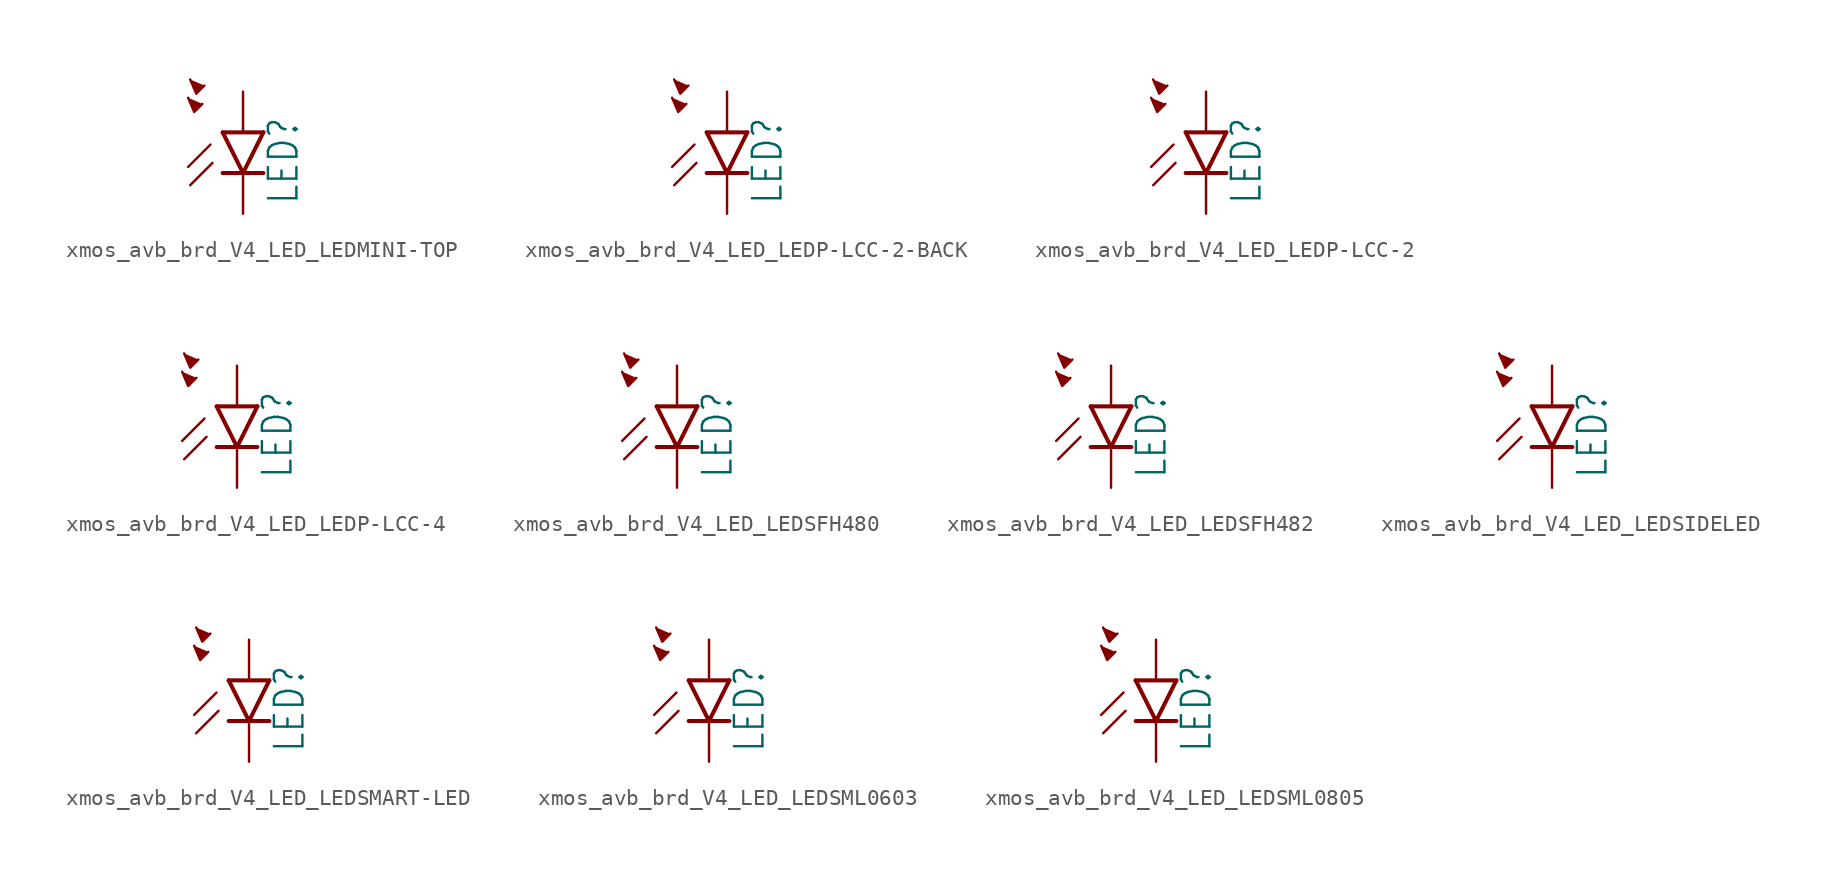
<source format=kicad_sym>
(kicad_symbol_lib
  (version 20241209)
  (generator "kicad_symbol_editor")
  (generator_version "9.0")
  (symbol "xmos_avb_brd_V4_LED_LEDMINI-TOP"
    (property "Reference" "LED"
      (at 3.556 -4.572 90)
      (effects (font (size 1.778 1.511)) (justify left bottom)))
    (property "Value" ""
      (at 5.715 -4.572 90)
      (effects (font (size 1.778 1.511)) (justify left bottom)))
    (property "ki_locked" ""
      (at 0 0 0)
      (effects (font (size 1.27 1.27))))
    (symbol "xmos_avb_brd_V4_LED_LEDMINI-TOP_1_0"
      (polyline (pts (xy -3.429 2.159) (xy -3.048 1.27) (xy -2.54 1.778)) (stroke (width 0.152) (type solid)) (fill (type outline)))
      (polyline (pts (xy -3.302 3.302) (xy -2.921 2.413) (xy -2.413 2.921)) (stroke (width 0.152) (type solid)) (fill (type outline)))
      (polyline (pts (xy -2.032 -0.762) (xy -3.429 -2.159)) (stroke (width 0.152) (type solid)) (fill (type none)))
      (polyline (pts (xy -1.905 -1.905) (xy -3.302 -3.302)) (stroke (width 0.152) (type solid)) (fill (type none)))
      (polyline (pts (xy 0 -2.54) (xy -1.27 0)) (stroke (width 0.254) (type solid)) (fill (type none)))
      (polyline (pts (xy 0 -2.54) (xy -1.27 -2.54)) (stroke (width 0.254) (type solid)) (fill (type none)))
      (polyline (pts (xy 1.27 0) (xy -1.27 0)) (stroke (width 0.254) (type solid)) (fill (type none)))
      (polyline (pts (xy 1.27 0) (xy 0 -2.54)) (stroke (width 0.254) (type solid)) (fill (type none)))
      (polyline (pts (xy 1.27 -2.54) (xy 0 -2.54)) (stroke (width 0.254) (type solid)) (fill (type none)))
      (pin passive line (at 0 2.54 270) (length 2.54) (name "A" (effects (font (size 0 0)))) (number "A" (effects (font (size 0 0)))))
      (pin passive line (at 0 -5.08 90) (length 2.54) (name "C" (effects (font (size 0 0)))) (number "C" (effects (font (size 0 0)))))))
  (symbol "xmos_avb_brd_V4_LED_LEDP-LCC-2-BACK"
    (property "Reference" "LED"
      (at 3.556 -4.572 90)
      (effects (font (size 1.778 1.511)) (justify left bottom)))
    (property "Value" ""
      (at 5.715 -4.572 90)
      (effects (font (size 1.778 1.511)) (justify left bottom)))
    (property "ki_locked" ""
      (at 0 0 0)
      (effects (font (size 1.27 1.27))))
    (symbol "xmos_avb_brd_V4_LED_LEDP-LCC-2-BACK_1_0"
      (polyline (pts (xy -3.429 2.159) (xy -3.048 1.27) (xy -2.54 1.778)) (stroke (width 0.152) (type solid)) (fill (type outline)))
      (polyline (pts (xy -3.302 3.302) (xy -2.921 2.413) (xy -2.413 2.921)) (stroke (width 0.152) (type solid)) (fill (type outline)))
      (polyline (pts (xy -2.032 -0.762) (xy -3.429 -2.159)) (stroke (width 0.152) (type solid)) (fill (type none)))
      (polyline (pts (xy -1.905 -1.905) (xy -3.302 -3.302)) (stroke (width 0.152) (type solid)) (fill (type none)))
      (polyline (pts (xy 0 -2.54) (xy -1.27 0)) (stroke (width 0.254) (type solid)) (fill (type none)))
      (polyline (pts (xy 0 -2.54) (xy -1.27 -2.54)) (stroke (width 0.254) (type solid)) (fill (type none)))
      (polyline (pts (xy 1.27 0) (xy -1.27 0)) (stroke (width 0.254) (type solid)) (fill (type none)))
      (polyline (pts (xy 1.27 0) (xy 0 -2.54)) (stroke (width 0.254) (type solid)) (fill (type none)))
      (polyline (pts (xy 1.27 -2.54) (xy 0 -2.54)) (stroke (width 0.254) (type solid)) (fill (type none)))
      (pin passive line (at 0 2.54 270) (length 2.54) (name "A" (effects (font (size 0 0)))) (number "A" (effects (font (size 0 0)))))
      (pin passive line (at 0 -5.08 90) (length 2.54) (name "C" (effects (font (size 0 0)))) (number "C" (effects (font (size 0 0)))))))
  (symbol "xmos_avb_brd_V4_LED_LEDP-LCC-2"
    (property "Reference" "LED"
      (at 3.556 -4.572 90)
      (effects (font (size 1.778 1.511)) (justify left bottom)))
    (property "Value" ""
      (at 5.715 -4.572 90)
      (effects (font (size 1.778 1.511)) (justify left bottom)))
    (property "ki_locked" ""
      (at 0 0 0)
      (effects (font (size 1.27 1.27))))
    (symbol "xmos_avb_brd_V4_LED_LEDP-LCC-2_1_0"
      (polyline (pts (xy -3.429 2.159) (xy -3.048 1.27) (xy -2.54 1.778)) (stroke (width 0.152) (type solid)) (fill (type outline)))
      (polyline (pts (xy -3.302 3.302) (xy -2.921 2.413) (xy -2.413 2.921)) (stroke (width 0.152) (type solid)) (fill (type outline)))
      (polyline (pts (xy -2.032 -0.762) (xy -3.429 -2.159)) (stroke (width 0.152) (type solid)) (fill (type none)))
      (polyline (pts (xy -1.905 -1.905) (xy -3.302 -3.302)) (stroke (width 0.152) (type solid)) (fill (type none)))
      (polyline (pts (xy 0 -2.54) (xy -1.27 0)) (stroke (width 0.254) (type solid)) (fill (type none)))
      (polyline (pts (xy 0 -2.54) (xy -1.27 -2.54)) (stroke (width 0.254) (type solid)) (fill (type none)))
      (polyline (pts (xy 1.27 0) (xy -1.27 0)) (stroke (width 0.254) (type solid)) (fill (type none)))
      (polyline (pts (xy 1.27 0) (xy 0 -2.54)) (stroke (width 0.254) (type solid)) (fill (type none)))
      (polyline (pts (xy 1.27 -2.54) (xy 0 -2.54)) (stroke (width 0.254) (type solid)) (fill (type none)))
      (pin passive line (at 0 2.54 270) (length 2.54) (name "A" (effects (font (size 0 0)))) (number "A" (effects (font (size 0 0)))))
      (pin passive line (at 0 -5.08 90) (length 2.54) (name "C" (effects (font (size 0 0)))) (number "C" (effects (font (size 0 0)))))))
  (symbol "xmos_avb_brd_V4_LED_LEDP-LCC-4"
    (property "Reference" "LED"
      (at 3.556 -4.572 90)
      (effects (font (size 1.778 1.511)) (justify left bottom)))
    (property "Value" ""
      (at 5.715 -4.572 90)
      (effects (font (size 1.778 1.511)) (justify left bottom)))
    (property "ki_locked" ""
      (at 0 0 0)
      (effects (font (size 1.27 1.27))))
    (symbol "xmos_avb_brd_V4_LED_LEDP-LCC-4_1_0"
      (polyline (pts (xy -3.429 2.159) (xy -3.048 1.27) (xy -2.54 1.778)) (stroke (width 0.152) (type solid)) (fill (type outline)))
      (polyline (pts (xy -3.302 3.302) (xy -2.921 2.413) (xy -2.413 2.921)) (stroke (width 0.152) (type solid)) (fill (type outline)))
      (polyline (pts (xy -2.032 -0.762) (xy -3.429 -2.159)) (stroke (width 0.152) (type solid)) (fill (type none)))
      (polyline (pts (xy -1.905 -1.905) (xy -3.302 -3.302)) (stroke (width 0.152) (type solid)) (fill (type none)))
      (polyline (pts (xy 0 -2.54) (xy -1.27 0)) (stroke (width 0.254) (type solid)) (fill (type none)))
      (polyline (pts (xy 0 -2.54) (xy -1.27 -2.54)) (stroke (width 0.254) (type solid)) (fill (type none)))
      (polyline (pts (xy 1.27 0) (xy -1.27 0)) (stroke (width 0.254) (type solid)) (fill (type none)))
      (polyline (pts (xy 1.27 0) (xy 0 -2.54)) (stroke (width 0.254) (type solid)) (fill (type none)))
      (polyline (pts (xy 1.27 -2.54) (xy 0 -2.54)) (stroke (width 0.254) (type solid)) (fill (type none)))
      (pin passive line (at 0 2.54 270) (length 2.54) (name "A" (effects (font (size 0 0)))) (number "A" (effects (font (size 0 0)))))
      (pin passive line (at 0 -5.08 90) (length 2.54) (name "C" (effects (font (size 0 0)))) (number "C@4" (effects (font (size 0 0)))))))
  (symbol "xmos_avb_brd_V4_LED_LEDSFH480"
    (property "Reference" "LED"
      (at 3.556 -4.572 90)
      (effects (font (size 1.778 1.511)) (justify left bottom)))
    (property "Value" ""
      (at 5.715 -4.572 90)
      (effects (font (size 1.778 1.511)) (justify left bottom)))
    (property "ki_locked" ""
      (at 0 0 0)
      (effects (font (size 1.27 1.27))))
    (symbol "xmos_avb_brd_V4_LED_LEDSFH480_1_0"
      (polyline (pts (xy -3.429 2.159) (xy -3.048 1.27) (xy -2.54 1.778)) (stroke (width 0.152) (type solid)) (fill (type outline)))
      (polyline (pts (xy -3.302 3.302) (xy -2.921 2.413) (xy -2.413 2.921)) (stroke (width 0.152) (type solid)) (fill (type outline)))
      (polyline (pts (xy -2.032 -0.762) (xy -3.429 -2.159)) (stroke (width 0.152) (type solid)) (fill (type none)))
      (polyline (pts (xy -1.905 -1.905) (xy -3.302 -3.302)) (stroke (width 0.152) (type solid)) (fill (type none)))
      (polyline (pts (xy 0 -2.54) (xy -1.27 0)) (stroke (width 0.254) (type solid)) (fill (type none)))
      (polyline (pts (xy 0 -2.54) (xy -1.27 -2.54)) (stroke (width 0.254) (type solid)) (fill (type none)))
      (polyline (pts (xy 1.27 0) (xy -1.27 0)) (stroke (width 0.254) (type solid)) (fill (type none)))
      (polyline (pts (xy 1.27 0) (xy 0 -2.54)) (stroke (width 0.254) (type solid)) (fill (type none)))
      (polyline (pts (xy 1.27 -2.54) (xy 0 -2.54)) (stroke (width 0.254) (type solid)) (fill (type none)))
      (pin passive line (at 0 2.54 270) (length 2.54) (name "A" (effects (font (size 0 0)))) (number "A" (effects (font (size 0 0)))))
      (pin passive line (at 0 -5.08 90) (length 2.54) (name "C" (effects (font (size 0 0)))) (number "K" (effects (font (size 0 0)))))))
  (symbol "xmos_avb_brd_V4_LED_LEDSFH482"
    (property "Reference" "LED"
      (at 3.556 -4.572 90)
      (effects (font (size 1.778 1.511)) (justify left bottom)))
    (property "Value" ""
      (at 5.715 -4.572 90)
      (effects (font (size 1.778 1.511)) (justify left bottom)))
    (property "ki_locked" ""
      (at 0 0 0)
      (effects (font (size 1.27 1.27))))
    (symbol "xmos_avb_brd_V4_LED_LEDSFH482_1_0"
      (polyline (pts (xy -3.429 2.159) (xy -3.048 1.27) (xy -2.54 1.778)) (stroke (width 0.152) (type solid)) (fill (type outline)))
      (polyline (pts (xy -3.302 3.302) (xy -2.921 2.413) (xy -2.413 2.921)) (stroke (width 0.152) (type solid)) (fill (type outline)))
      (polyline (pts (xy -2.032 -0.762) (xy -3.429 -2.159)) (stroke (width 0.152) (type solid)) (fill (type none)))
      (polyline (pts (xy -1.905 -1.905) (xy -3.302 -3.302)) (stroke (width 0.152) (type solid)) (fill (type none)))
      (polyline (pts (xy 0 -2.54) (xy -1.27 0)) (stroke (width 0.254) (type solid)) (fill (type none)))
      (polyline (pts (xy 0 -2.54) (xy -1.27 -2.54)) (stroke (width 0.254) (type solid)) (fill (type none)))
      (polyline (pts (xy 1.27 0) (xy -1.27 0)) (stroke (width 0.254) (type solid)) (fill (type none)))
      (polyline (pts (xy 1.27 0) (xy 0 -2.54)) (stroke (width 0.254) (type solid)) (fill (type none)))
      (polyline (pts (xy 1.27 -2.54) (xy 0 -2.54)) (stroke (width 0.254) (type solid)) (fill (type none)))
      (pin passive line (at 0 2.54 270) (length 2.54) (name "A" (effects (font (size 0 0)))) (number "A" (effects (font (size 0 0)))))
      (pin passive line (at 0 -5.08 90) (length 2.54) (name "C" (effects (font (size 0 0)))) (number "K" (effects (font (size 0 0)))))))
  (symbol "xmos_avb_brd_V4_LED_LEDSIDELED"
    (property "Reference" "LED"
      (at 3.556 -4.572 90)
      (effects (font (size 1.778 1.511)) (justify left bottom)))
    (property "Value" ""
      (at 5.715 -4.572 90)
      (effects (font (size 1.778 1.511)) (justify left bottom)))
    (property "ki_locked" ""
      (at 0 0 0)
      (effects (font (size 1.27 1.27))))
    (symbol "xmos_avb_brd_V4_LED_LEDSIDELED_1_0"
      (polyline (pts (xy -3.429 2.159) (xy -3.048 1.27) (xy -2.54 1.778)) (stroke (width 0.152) (type solid)) (fill (type outline)))
      (polyline (pts (xy -3.302 3.302) (xy -2.921 2.413) (xy -2.413 2.921)) (stroke (width 0.152) (type solid)) (fill (type outline)))
      (polyline (pts (xy -2.032 -0.762) (xy -3.429 -2.159)) (stroke (width 0.152) (type solid)) (fill (type none)))
      (polyline (pts (xy -1.905 -1.905) (xy -3.302 -3.302)) (stroke (width 0.152) (type solid)) (fill (type none)))
      (polyline (pts (xy 0 -2.54) (xy -1.27 0)) (stroke (width 0.254) (type solid)) (fill (type none)))
      (polyline (pts (xy 0 -2.54) (xy -1.27 -2.54)) (stroke (width 0.254) (type solid)) (fill (type none)))
      (polyline (pts (xy 1.27 0) (xy -1.27 0)) (stroke (width 0.254) (type solid)) (fill (type none)))
      (polyline (pts (xy 1.27 0) (xy 0 -2.54)) (stroke (width 0.254) (type solid)) (fill (type none)))
      (polyline (pts (xy 1.27 -2.54) (xy 0 -2.54)) (stroke (width 0.254) (type solid)) (fill (type none)))
      (pin passive line (at 0 2.54 270) (length 2.54) (name "A" (effects (font (size 0 0)))) (number "A" (effects (font (size 0 0)))))
      (pin passive line (at 0 -5.08 90) (length 2.54) (name "C" (effects (font (size 0 0)))) (number "C" (effects (font (size 0 0)))))))
  (symbol "xmos_avb_brd_V4_LED_LEDSMART-LED"
    (property "Reference" "LED"
      (at 3.556 -4.572 90)
      (effects (font (size 1.778 1.511)) (justify left bottom)))
    (property "Value" ""
      (at 5.715 -4.572 90)
      (effects (font (size 1.778 1.511)) (justify left bottom)))
    (property "ki_locked" ""
      (at 0 0 0)
      (effects (font (size 1.27 1.27))))
    (symbol "xmos_avb_brd_V4_LED_LEDSMART-LED_1_0"
      (polyline (pts (xy -3.429 2.159) (xy -3.048 1.27) (xy -2.54 1.778)) (stroke (width 0.152) (type solid)) (fill (type outline)))
      (polyline (pts (xy -3.302 3.302) (xy -2.921 2.413) (xy -2.413 2.921)) (stroke (width 0.152) (type solid)) (fill (type outline)))
      (polyline (pts (xy -2.032 -0.762) (xy -3.429 -2.159)) (stroke (width 0.152) (type solid)) (fill (type none)))
      (polyline (pts (xy -1.905 -1.905) (xy -3.302 -3.302)) (stroke (width 0.152) (type solid)) (fill (type none)))
      (polyline (pts (xy 0 -2.54) (xy -1.27 0)) (stroke (width 0.254) (type solid)) (fill (type none)))
      (polyline (pts (xy 0 -2.54) (xy -1.27 -2.54)) (stroke (width 0.254) (type solid)) (fill (type none)))
      (polyline (pts (xy 1.27 0) (xy -1.27 0)) (stroke (width 0.254) (type solid)) (fill (type none)))
      (polyline (pts (xy 1.27 0) (xy 0 -2.54)) (stroke (width 0.254) (type solid)) (fill (type none)))
      (polyline (pts (xy 1.27 -2.54) (xy 0 -2.54)) (stroke (width 0.254) (type solid)) (fill (type none)))
      (pin passive line (at 0 2.54 270) (length 2.54) (name "A" (effects (font (size 0 0)))) (number "A" (effects (font (size 0 0)))))
      (pin passive line (at 0 -5.08 90) (length 2.54) (name "C" (effects (font (size 0 0)))) (number "B" (effects (font (size 0 0)))))))
  (symbol "xmos_avb_brd_V4_LED_LEDSML0603"
    (property "Reference" "LED"
      (at 3.556 -4.572 90)
      (effects (font (size 1.778 1.511)) (justify left bottom)))
    (property "Value" ""
      (at 5.715 -4.572 90)
      (effects (font (size 1.778 1.511)) (justify left bottom)))
    (property "ki_locked" ""
      (at 0 0 0)
      (effects (font (size 1.27 1.27))))
    (symbol "xmos_avb_brd_V4_LED_LEDSML0603_1_0"
      (polyline (pts (xy -3.429 2.159) (xy -3.048 1.27) (xy -2.54 1.778)) (stroke (width 0.152) (type solid)) (fill (type outline)))
      (polyline (pts (xy -3.302 3.302) (xy -2.921 2.413) (xy -2.413 2.921)) (stroke (width 0.152) (type solid)) (fill (type outline)))
      (polyline (pts (xy -2.032 -0.762) (xy -3.429 -2.159)) (stroke (width 0.152) (type solid)) (fill (type none)))
      (polyline (pts (xy -1.905 -1.905) (xy -3.302 -3.302)) (stroke (width 0.152) (type solid)) (fill (type none)))
      (polyline (pts (xy 0 -2.54) (xy -1.27 0)) (stroke (width 0.254) (type solid)) (fill (type none)))
      (polyline (pts (xy 0 -2.54) (xy -1.27 -2.54)) (stroke (width 0.254) (type solid)) (fill (type none)))
      (polyline (pts (xy 1.27 0) (xy -1.27 0)) (stroke (width 0.254) (type solid)) (fill (type none)))
      (polyline (pts (xy 1.27 0) (xy 0 -2.54)) (stroke (width 0.254) (type solid)) (fill (type none)))
      (polyline (pts (xy 1.27 -2.54) (xy 0 -2.54)) (stroke (width 0.254) (type solid)) (fill (type none)))
      (pin passive line (at 0 2.54 270) (length 2.54) (name "A" (effects (font (size 0 0)))) (number "A" (effects (font (size 0 0)))))
      (pin passive line (at 0 -5.08 90) (length 2.54) (name "C" (effects (font (size 0 0)))) (number "C" (effects (font (size 0 0)))))))
  (symbol "xmos_avb_brd_V4_LED_LEDSML0805"
    (property "Reference" "LED"
      (at 3.556 -4.572 90)
      (effects (font (size 1.778 1.511)) (justify left bottom)))
    (property "Value" ""
      (at 5.715 -4.572 90)
      (effects (font (size 1.778 1.511)) (justify left bottom)))
    (property "ki_locked" ""
      (at 0 0 0)
      (effects (font (size 1.27 1.27))))
    (symbol "xmos_avb_brd_V4_LED_LEDSML0805_1_0"
      (polyline (pts (xy -3.429 2.159) (xy -3.048 1.27) (xy -2.54 1.778)) (stroke (width 0.152) (type solid)) (fill (type outline)))
      (polyline (pts (xy -3.302 3.302) (xy -2.921 2.413) (xy -2.413 2.921)) (stroke (width 0.152) (type solid)) (fill (type outline)))
      (polyline (pts (xy -2.032 -0.762) (xy -3.429 -2.159)) (stroke (width 0.152) (type solid)) (fill (type none)))
      (polyline (pts (xy -1.905 -1.905) (xy -3.302 -3.302)) (stroke (width 0.152) (type solid)) (fill (type none)))
      (polyline (pts (xy 0 -2.54) (xy -1.27 0)) (stroke (width 0.254) (type solid)) (fill (type none)))
      (polyline (pts (xy 0 -2.54) (xy -1.27 -2.54)) (stroke (width 0.254) (type solid)) (fill (type none)))
      (polyline (pts (xy 1.27 0) (xy -1.27 0)) (stroke (width 0.254) (type solid)) (fill (type none)))
      (polyline (pts (xy 1.27 0) (xy 0 -2.54)) (stroke (width 0.254) (type solid)) (fill (type none)))
      (polyline (pts (xy 1.27 -2.54) (xy 0 -2.54)) (stroke (width 0.254) (type solid)) (fill (type none)))
      (pin passive line (at 0 2.54 270) (length 2.54) (name "A" (effects (font (size 0 0)))) (number "A" (effects (font (size 0 0)))))
      (pin passive line (at 0 -5.08 90) (length 2.54) (name "C" (effects (font (size 0 0)))) (number "C" (effects (font (size 0 0))))))))
</source>
